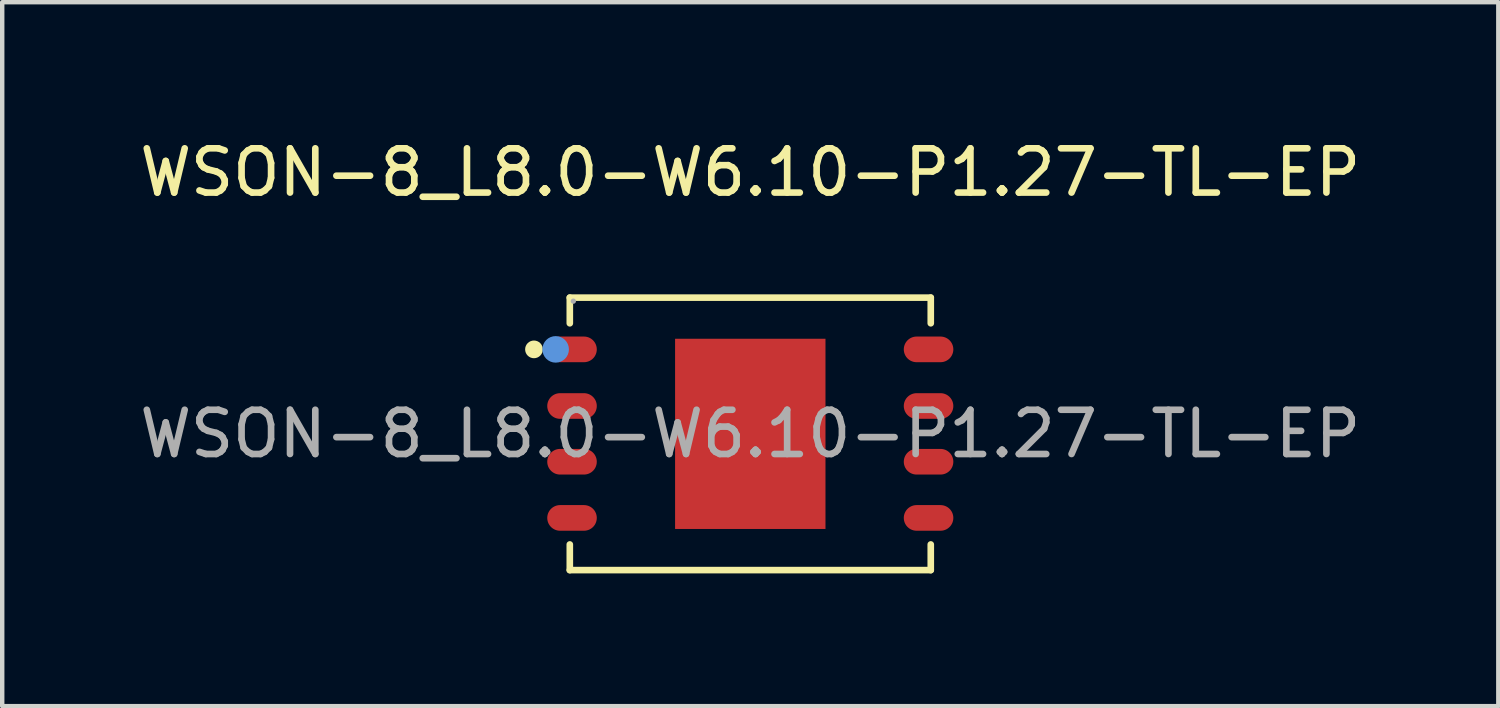
<source format=kicad_pcb>
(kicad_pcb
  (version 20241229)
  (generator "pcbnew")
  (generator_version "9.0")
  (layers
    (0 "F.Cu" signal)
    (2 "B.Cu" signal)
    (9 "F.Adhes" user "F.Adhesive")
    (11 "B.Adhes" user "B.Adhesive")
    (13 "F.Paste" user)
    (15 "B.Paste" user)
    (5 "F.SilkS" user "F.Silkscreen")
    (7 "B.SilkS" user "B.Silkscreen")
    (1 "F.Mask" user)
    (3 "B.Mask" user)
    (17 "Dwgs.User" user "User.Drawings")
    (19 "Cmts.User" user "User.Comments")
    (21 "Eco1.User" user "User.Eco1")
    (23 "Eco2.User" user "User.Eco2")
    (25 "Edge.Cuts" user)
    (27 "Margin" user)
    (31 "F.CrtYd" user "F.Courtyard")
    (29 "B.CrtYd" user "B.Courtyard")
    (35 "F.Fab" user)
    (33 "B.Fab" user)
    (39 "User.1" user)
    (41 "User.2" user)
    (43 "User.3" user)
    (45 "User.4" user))
  (footprint "WSON-8_L8.0-W6.10-P1.27-TL-EP"
    (layer "F.Cu")
    (at 13.911 6.758)
    (property "Reference" "WSON-8_L8.0-W6.10-P1.27-TL-EP" (at 0 -5.91 0) (layer "F.SilkS") (effects (font (size 1 1) (thickness 0.15))))
    (attr through_hole)
    (fp_line (start -4.08 -3.08) (end -4.08 -2.5) (stroke (width 0.15) (type solid)) (layer "F.SilkS"))
    (fp_line (start -4.08 -3.08) (end 4.08 -3.08) (stroke (width 0.15) (type solid)) (layer "F.SilkS"))
    (fp_line (start -4.08 3.08) (end -4.08 2.5) (stroke (width 0.15) (type solid)) (layer "F.SilkS"))
    (fp_line (start 4.08 -3.08) (end 4.08 -2.5) (stroke (width 0.15) (type solid)) (layer "F.SilkS"))
    (fp_line (start 4.08 3.08) (end -4.08 3.08) (stroke (width 0.15) (type solid)) (layer "F.SilkS"))
    (fp_line (start 4.08 3.08) (end 4.08 2.5) (stroke (width 0.15) (type solid)) (layer "F.SilkS"))
    (fp_circle (center -4.89 -1.91) (end -4.79 -1.91) (stroke (width 0.2) (type solid)) (fill no) (layer "F.SilkS"))
    (fp_circle (center -4.4 -1.91) (end -4.25 -1.91) (stroke (width 0.3) (type solid)) (fill no) (layer "Cmts.User"))
    (fp_circle (center -4 -3) (end -3.97 -3) (stroke (width 0.06) (type solid)) (fill no) (layer "F.Fab"))
    (fp_text user "${REFERENCE}" (at 0 0 0) (layer "F.Fab") (effects (font (size 1 1) (thickness 0.15))))
    (pad "1" smd oval (at -4.03 -1.91 270) (size 0.58 1.12) (layers "F.Cu" "F.Mask" "F.Paste"))
    (pad "2" smd oval (at -4.03 -0.63 270) (size 0.58 1.12) (layers "F.Cu" "F.Mask" "F.Paste"))
    (pad "3" smd oval (at -4.03 0.63 270) (size 0.58 1.12) (layers "F.Cu" "F.Mask" "F.Paste"))
    (pad "4" smd oval (at -4.03 1.9 270) (size 0.58 1.12) (layers "F.Cu" "F.Mask" "F.Paste"))
    (pad "5" smd oval (at 4.03 1.9 270) (size 0.58 1.12) (layers "F.Cu" "F.Mask" "F.Paste"))
    (pad "6" smd oval (at 4.03 0.63 270) (size 0.58 1.12) (layers "F.Cu" "F.Mask" "F.Paste"))
    (pad "7" smd oval (at 4.03 -0.63 270) (size 0.58 1.12) (layers "F.Cu" "F.Mask" "F.Paste"))
    (pad "8" smd oval (at 4.03 -1.91 270) (size 0.58 1.12) (layers "F.Cu" "F.Mask" "F.Paste"))
    (pad "9" smd rect (at 0 0) (size 3.4 4.3) (layers "F.Cu" "F.Mask" "F.Paste")))
  (gr_rect
    (start -3 -3)
    (end 30.821 12.913)
    (stroke (width 0.1) (type default))
    (fill no)
    (layer "Edge.Cuts")))
</source>
